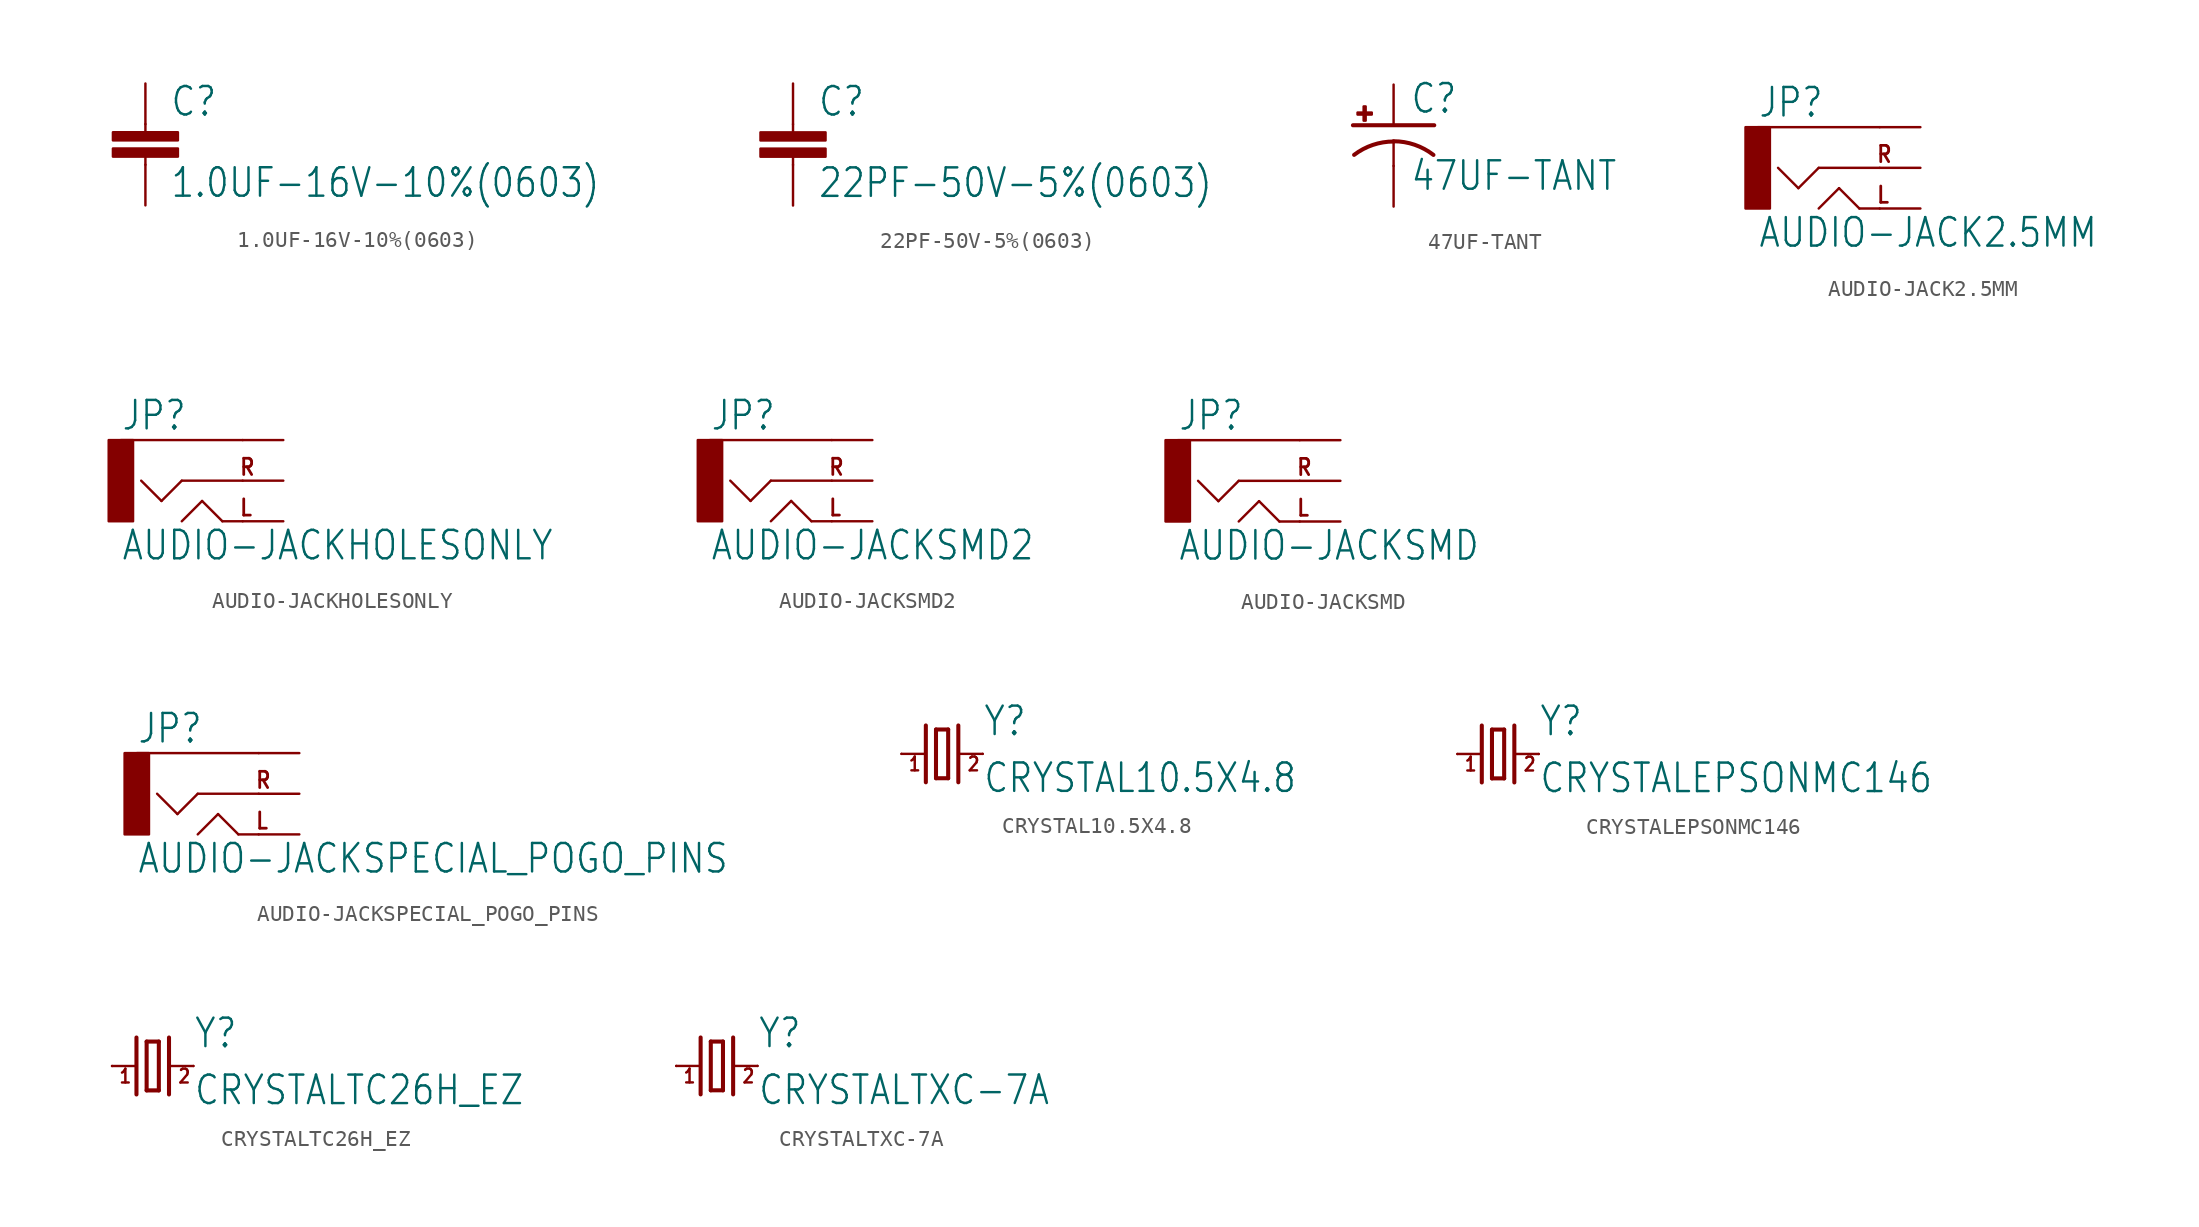
<source format=kicad_sym>
(kicad_symbol_lib
  (version 20211014)
  (generator kicad_symbol_editor)
  (symbol "1.0UF-16V-10%(0603)"
    (property "Reference" "C"
      (at 1.524 2.921 0)
      (effects (font (size 1.778 1.511)) (justify left bottom)))
    (property "Value" "1.0UF-16V-10%(0603)"
      (at 1.524 -2.159 0)
      (effects (font (size 1.778 1.511)) (justify left bottom)))
    (property "ki_locked" ""
      (at 0 0 0)
      (effects (font (size 1.27 1.27))))
    (symbol "1.0UF-16V-10%(0603)_1_0"
      (rectangle (start -2.032 0.508) (end 2.032 1.016) (stroke (width 0) (type default) (color 0 0 0 0)) (fill (type outline)))
      (rectangle (start -2.032 1.524) (end 2.032 2.032) (stroke (width 0) (type default) (color 0 0 0 0)) (fill (type outline)))
      (polyline (pts (xy 0 0) (xy 0 0.508)) (stroke (width 0.152) (type default) (color 0 0 0 0)) (fill (type none)))
      (polyline (pts (xy 0 2.54) (xy 0 2.032)) (stroke (width 0.152) (type default) (color 0 0 0 0)) (fill (type none)))
      (pin passive line (at 0 5.08 270) (length 2.54) (name "1" (effects (font (size 0 0)))) (number "1" (effects (font (size 0 0)))))
      (pin passive line (at 0 -2.54 90) (length 2.54) (name "2" (effects (font (size 0 0)))) (number "2" (effects (font (size 0 0)))))))
  (symbol "22PF-50V-5%(0603)"
    (property "Reference" "C"
      (at 1.524 2.921 0)
      (effects (font (size 1.778 1.511)) (justify left bottom)))
    (property "Value" "22PF-50V-5%(0603)"
      (at 1.524 -2.159 0)
      (effects (font (size 1.778 1.511)) (justify left bottom)))
    (property "ki_locked" ""
      (at 0 0 0)
      (effects (font (size 1.27 1.27))))
    (symbol "22PF-50V-5%(0603)_1_0"
      (rectangle (start -2.032 0.508) (end 2.032 1.016) (stroke (width 0) (type default) (color 0 0 0 0)) (fill (type outline)))
      (rectangle (start -2.032 1.524) (end 2.032 2.032) (stroke (width 0) (type default) (color 0 0 0 0)) (fill (type outline)))
      (polyline (pts (xy 0 0) (xy 0 0.508)) (stroke (width 0.152) (type default) (color 0 0 0 0)) (fill (type none)))
      (polyline (pts (xy 0 2.54) (xy 0 2.032)) (stroke (width 0.152) (type default) (color 0 0 0 0)) (fill (type none)))
      (pin passive line (at 0 5.08 270) (length 2.54) (name "1" (effects (font (size 0 0)))) (number "1" (effects (font (size 0 0)))))
      (pin passive line (at 0 -2.54 90) (length 2.54) (name "2" (effects (font (size 0 0)))) (number "2" (effects (font (size 0 0)))))))
  (symbol "47UF-TANT"
    (property "Reference" "C"
      (at 1.016 0.635 0)
      (effects (font (size 1.778 1.511)) (justify left bottom)))
    (property "Value" "47UF-TANT"
      (at 1.016 -4.191 0)
      (effects (font (size 1.778 1.511)) (justify left bottom)))
    (property "ki_locked" ""
      (at 0 0 0)
      (effects (font (size 1.27 1.27))))
    (symbol "47UF-TANT_1_0"
      (rectangle (start -2.253 0.668) (end -1.364 0.795) (stroke (width 0) (type default) (color 0 0 0 0)) (fill (type outline)))
      (rectangle (start -1.872 0.287) (end -1.745 1.176) (stroke (width 0) (type default) (color 0 0 0 0)) (fill (type outline)))
      (arc (start 0 -1.0161) (mid -1.3021 -1.2302) (end -2.4669 -1.8504) (stroke (width 0.254) (type default) (color 0 0 0 0)) (fill (type none)))
      (polyline (pts (xy -2.54 0) (xy 2.54 0)) (stroke (width 0.254) (type default) (color 0 0 0 0)) (fill (type none)))
      (polyline (pts (xy 0 -1.016) (xy 0 -2.54)) (stroke (width 0.152) (type default) (color 0 0 0 0)) (fill (type none)))
      (arc (start 2.4892 -1.8542) (mid 1.3158 -1.2195) (end 0 -1) (stroke (width 0.254) (type default) (color 0 0 0 0)) (fill (type none)))
      (pin passive line (at 0 2.54 270) (length 2.54) (name "+" (effects (font (size 0 0)))) (number "A" (effects (font (size 0 0)))))
      (pin passive line (at 0 -5.08 90) (length 2.54) (name "-" (effects (font (size 0 0)))) (number "C" (effects (font (size 0 0)))))))
  (symbol "AUDIO-JACK2.5MM"
    (property "Reference" "JP"
      (at -5.08 3.048 0)
      (effects (font (size 1.778 1.511)) (justify left bottom)))
    (property "Value" "AUDIO-JACK2.5MM"
      (at -5.08 -5.08 0)
      (effects (font (size 1.778 1.511)) (justify left bottom)))
    (property "ki_locked" ""
      (at 0 0 0)
      (effects (font (size 1.27 1.27))))
    (symbol "AUDIO-JACK2.5MM_1_0"
      (rectangle (start -5.842 2.54) (end -4.318 -2.54) (stroke (width 0) (type default) (color 0 0 0 0)) (fill (type outline)))
      (polyline (pts (xy -2.54 -1.27) (xy -3.81 0)) (stroke (width 0.152) (type default) (color 0 0 0 0)) (fill (type none)))
      (polyline (pts (xy -1.27 -2.54) (xy 0 -1.27)) (stroke (width 0.152) (type default) (color 0 0 0 0)) (fill (type none)))
      (polyline (pts (xy -1.27 0) (xy -2.54 -1.27)) (stroke (width 0.152) (type default) (color 0 0 0 0)) (fill (type none)))
      (polyline (pts (xy 0 -1.27) (xy 1.27 -2.54)) (stroke (width 0.152) (type default) (color 0 0 0 0)) (fill (type none)))
      (polyline (pts (xy 1.27 -2.54) (xy 2.54 -2.54)) (stroke (width 0.152) (type default) (color 0 0 0 0)) (fill (type none)))
      (polyline (pts (xy 2.54 0) (xy -1.27 0)) (stroke (width 0.152) (type default) (color 0 0 0 0)) (fill (type none)))
      (polyline (pts (xy 2.54 2.54) (xy -5.08 2.54)) (stroke (width 0.152) (type default) (color 0 0 0 0)) (fill (type none)))
      (text "L" (at 2.286 -2.286 0) (effects (font (size 1.016 0.864) (thickness 0.173) bold) (justify left bottom)))
      (text "R" (at 2.286 0.254 0) (effects (font (size 1.016 0.864) (thickness 0.173) bold) (justify left bottom)))
      (pin bidirectional line (at 5.08 2.54 180) (length 2.54) (name "SLEEVE" (effects (font (size 0 0)))) (number "RING1" (effects (font (size 0 0)))))
      (pin bidirectional line (at 5.08 -2.54 180) (length 2.54) (name "LEFT" (effects (font (size 0 0)))) (number "SHIELD" (effects (font (size 0 0)))))
      (pin bidirectional line (at 5.08 0 180) (length 2.54) (name "RIGHT" (effects (font (size 0 0)))) (number "TIP" (effects (font (size 0 0)))))))
  (symbol "AUDIO-JACKHOLESONLY"
    (property "Reference" "JP"
      (at -5.08 3.048 0)
      (effects (font (size 1.778 1.511)) (justify left bottom)))
    (property "Value" "AUDIO-JACKHOLESONLY"
      (at -5.08 -5.08 0)
      (effects (font (size 1.778 1.511)) (justify left bottom)))
    (property "ki_locked" ""
      (at 0 0 0)
      (effects (font (size 1.27 1.27))))
    (symbol "AUDIO-JACKHOLESONLY_1_0"
      (rectangle (start -5.842 2.54) (end -4.318 -2.54) (stroke (width 0) (type default) (color 0 0 0 0)) (fill (type outline)))
      (polyline (pts (xy -2.54 -1.27) (xy -3.81 0)) (stroke (width 0.152) (type default) (color 0 0 0 0)) (fill (type none)))
      (polyline (pts (xy -1.27 -2.54) (xy 0 -1.27)) (stroke (width 0.152) (type default) (color 0 0 0 0)) (fill (type none)))
      (polyline (pts (xy -1.27 0) (xy -2.54 -1.27)) (stroke (width 0.152) (type default) (color 0 0 0 0)) (fill (type none)))
      (polyline (pts (xy 0 -1.27) (xy 1.27 -2.54)) (stroke (width 0.152) (type default) (color 0 0 0 0)) (fill (type none)))
      (polyline (pts (xy 1.27 -2.54) (xy 2.54 -2.54)) (stroke (width 0.152) (type default) (color 0 0 0 0)) (fill (type none)))
      (polyline (pts (xy 2.54 0) (xy -1.27 0)) (stroke (width 0.152) (type default) (color 0 0 0 0)) (fill (type none)))
      (polyline (pts (xy 2.54 2.54) (xy -5.08 2.54)) (stroke (width 0.152) (type default) (color 0 0 0 0)) (fill (type none)))
      (text "L" (at 2.286 -2.286 0) (effects (font (size 1.016 0.864) (thickness 0.173) bold) (justify left bottom)))
      (text "R" (at 2.286 0.254 0) (effects (font (size 1.016 0.864) (thickness 0.173) bold) (justify left bottom)))
      (pin bidirectional line (at 5.08 2.54 180) (length 2.54) (name "SLEEVE" (effects (font (size 0 0)))) (number "RING1" (effects (font (size 0 0)))))
      (pin bidirectional line (at 5.08 -2.54 180) (length 2.54) (name "LEFT" (effects (font (size 0 0)))) (number "SHIELD" (effects (font (size 0 0)))))
      (pin bidirectional line (at 5.08 0 180) (length 2.54) (name "RIGHT" (effects (font (size 0 0)))) (number "TIP" (effects (font (size 0 0)))))))
  (symbol "AUDIO-JACKSMD2"
    (property "Reference" "JP"
      (at -5.08 3.048 0)
      (effects (font (size 1.778 1.511)) (justify left bottom)))
    (property "Value" "AUDIO-JACKSMD2"
      (at -5.08 -5.08 0)
      (effects (font (size 1.778 1.511)) (justify left bottom)))
    (property "ki_locked" ""
      (at 0 0 0)
      (effects (font (size 1.27 1.27))))
    (symbol "AUDIO-JACKSMD2_1_0"
      (rectangle (start -5.842 2.54) (end -4.318 -2.54) (stroke (width 0) (type default) (color 0 0 0 0)) (fill (type outline)))
      (polyline (pts (xy -2.54 -1.27) (xy -3.81 0)) (stroke (width 0.152) (type default) (color 0 0 0 0)) (fill (type none)))
      (polyline (pts (xy -1.27 -2.54) (xy 0 -1.27)) (stroke (width 0.152) (type default) (color 0 0 0 0)) (fill (type none)))
      (polyline (pts (xy -1.27 0) (xy -2.54 -1.27)) (stroke (width 0.152) (type default) (color 0 0 0 0)) (fill (type none)))
      (polyline (pts (xy 0 -1.27) (xy 1.27 -2.54)) (stroke (width 0.152) (type default) (color 0 0 0 0)) (fill (type none)))
      (polyline (pts (xy 1.27 -2.54) (xy 2.54 -2.54)) (stroke (width 0.152) (type default) (color 0 0 0 0)) (fill (type none)))
      (polyline (pts (xy 2.54 0) (xy -1.27 0)) (stroke (width 0.152) (type default) (color 0 0 0 0)) (fill (type none)))
      (polyline (pts (xy 2.54 2.54) (xy -5.08 2.54)) (stroke (width 0.152) (type default) (color 0 0 0 0)) (fill (type none)))
      (text "L" (at 2.286 -2.286 0) (effects (font (size 1.016 0.864) (thickness 0.173) bold) (justify left bottom)))
      (text "R" (at 2.286 0.254 0) (effects (font (size 1.016 0.864) (thickness 0.173) bold) (justify left bottom)))
      (pin bidirectional line (at 5.08 0 180) (length 2.54) (name "RIGHT" (effects (font (size 0 0)))) (number "RING" (effects (font (size 0 0)))))
      (pin bidirectional line (at 5.08 2.54 180) (length 2.54) (name "SLEEVE" (effects (font (size 0 0)))) (number "SLEEVE" (effects (font (size 0 0)))))
      (pin bidirectional line (at 5.08 -2.54 180) (length 2.54) (name "LEFT" (effects (font (size 0 0)))) (number "TIP" (effects (font (size 0 0)))))))
  (symbol "AUDIO-JACKSMD"
    (property "Reference" "JP"
      (at -5.08 3.048 0)
      (effects (font (size 1.778 1.511)) (justify left bottom)))
    (property "Value" "AUDIO-JACKSMD"
      (at -5.08 -5.08 0)
      (effects (font (size 1.778 1.511)) (justify left bottom)))
    (property "ki_locked" ""
      (at 0 0 0)
      (effects (font (size 1.27 1.27))))
    (symbol "AUDIO-JACKSMD_1_0"
      (rectangle (start -5.842 2.54) (end -4.318 -2.54) (stroke (width 0) (type default) (color 0 0 0 0)) (fill (type outline)))
      (polyline (pts (xy -2.54 -1.27) (xy -3.81 0)) (stroke (width 0.152) (type default) (color 0 0 0 0)) (fill (type none)))
      (polyline (pts (xy -1.27 -2.54) (xy 0 -1.27)) (stroke (width 0.152) (type default) (color 0 0 0 0)) (fill (type none)))
      (polyline (pts (xy -1.27 0) (xy -2.54 -1.27)) (stroke (width 0.152) (type default) (color 0 0 0 0)) (fill (type none)))
      (polyline (pts (xy 0 -1.27) (xy 1.27 -2.54)) (stroke (width 0.152) (type default) (color 0 0 0 0)) (fill (type none)))
      (polyline (pts (xy 1.27 -2.54) (xy 2.54 -2.54)) (stroke (width 0.152) (type default) (color 0 0 0 0)) (fill (type none)))
      (polyline (pts (xy 2.54 0) (xy -1.27 0)) (stroke (width 0.152) (type default) (color 0 0 0 0)) (fill (type none)))
      (polyline (pts (xy 2.54 2.54) (xy -5.08 2.54)) (stroke (width 0.152) (type default) (color 0 0 0 0)) (fill (type none)))
      (text "L" (at 2.286 -2.286 0) (effects (font (size 1.016 0.864) (thickness 0.173) bold) (justify left bottom)))
      (text "R" (at 2.286 0.254 0) (effects (font (size 1.016 0.864) (thickness 0.173) bold) (justify left bottom)))
      (pin bidirectional line (at 5.08 -2.54 180) (length 2.54) (name "LEFT" (effects (font (size 0 0)))) (number "1" (effects (font (size 0 0)))))
      (pin bidirectional line (at 5.08 0 180) (length 2.54) (name "RIGHT" (effects (font (size 0 0)))) (number "4" (effects (font (size 0 0)))))
      (pin bidirectional line (at 5.08 2.54 180) (length 2.54) (name "SLEEVE" (effects (font (size 0 0)))) (number "5" (effects (font (size 0 0)))))))
  (symbol "AUDIO-JACKSPECIAL_POGO_PINS"
    (property "Reference" "JP"
      (at -5.08 3.048 0)
      (effects (font (size 1.778 1.511)) (justify left bottom)))
    (property "Value" "AUDIO-JACKSPECIAL_POGO_PINS"
      (at -5.08 -5.08 0)
      (effects (font (size 1.778 1.511)) (justify left bottom)))
    (property "ki_locked" ""
      (at 0 0 0)
      (effects (font (size 1.27 1.27))))
    (symbol "AUDIO-JACKSPECIAL_POGO_PINS_1_0"
      (rectangle (start -5.842 2.54) (end -4.318 -2.54) (stroke (width 0) (type default) (color 0 0 0 0)) (fill (type outline)))
      (polyline (pts (xy -2.54 -1.27) (xy -3.81 0)) (stroke (width 0.152) (type default) (color 0 0 0 0)) (fill (type none)))
      (polyline (pts (xy -1.27 -2.54) (xy 0 -1.27)) (stroke (width 0.152) (type default) (color 0 0 0 0)) (fill (type none)))
      (polyline (pts (xy -1.27 0) (xy -2.54 -1.27)) (stroke (width 0.152) (type default) (color 0 0 0 0)) (fill (type none)))
      (polyline (pts (xy 0 -1.27) (xy 1.27 -2.54)) (stroke (width 0.152) (type default) (color 0 0 0 0)) (fill (type none)))
      (polyline (pts (xy 1.27 -2.54) (xy 2.54 -2.54)) (stroke (width 0.152) (type default) (color 0 0 0 0)) (fill (type none)))
      (polyline (pts (xy 2.54 0) (xy -1.27 0)) (stroke (width 0.152) (type default) (color 0 0 0 0)) (fill (type none)))
      (polyline (pts (xy 2.54 2.54) (xy -5.08 2.54)) (stroke (width 0.152) (type default) (color 0 0 0 0)) (fill (type none)))
      (text "L" (at 2.286 -2.286 0) (effects (font (size 1.016 0.864) (thickness 0.173) bold) (justify left bottom)))
      (text "R" (at 2.286 0.254 0) (effects (font (size 1.016 0.864) (thickness 0.173) bold) (justify left bottom)))
      (pin bidirectional line (at 5.08 2.54 180) (length 2.54) (name "SLEEVE" (effects (font (size 0 0)))) (number "RING1" (effects (font (size 0 0)))))
      (pin bidirectional line (at 5.08 -2.54 180) (length 2.54) (name "LEFT" (effects (font (size 0 0)))) (number "SHIELD" (effects (font (size 0 0)))))
      (pin bidirectional line (at 5.08 0 180) (length 2.54) (name "RIGHT" (effects (font (size 0 0)))) (number "TIP" (effects (font (size 0 0)))))))
  (symbol "CRYSTAL10.5X4.8"
    (property "Reference" "Y"
      (at 2.54 1.016 0)
      (effects (font (size 1.778 1.511)) (justify left bottom)))
    (property "Value" "CRYSTAL10.5X4.8"
      (at 2.54 -2.54 0)
      (effects (font (size 1.778 1.511)) (justify left bottom)))
    (property "ki_locked" ""
      (at 0 0 0)
      (effects (font (size 1.27 1.27))))
    (symbol "CRYSTAL10.5X4.8_1_0"
      (polyline (pts (xy -2.54 0) (xy -1.016 0)) (stroke (width 0.152) (type default) (color 0 0 0 0)) (fill (type none)))
      (polyline (pts (xy -1.016 1.778) (xy -1.016 -1.778)) (stroke (width 0.254) (type default) (color 0 0 0 0)) (fill (type none)))
      (polyline (pts (xy -0.381 -1.524) (xy 0.381 -1.524)) (stroke (width 0.254) (type default) (color 0 0 0 0)) (fill (type none)))
      (polyline (pts (xy -0.381 1.524) (xy -0.381 -1.524)) (stroke (width 0.254) (type default) (color 0 0 0 0)) (fill (type none)))
      (polyline (pts (xy 0.381 -1.524) (xy 0.381 1.524)) (stroke (width 0.254) (type default) (color 0 0 0 0)) (fill (type none)))
      (polyline (pts (xy 0.381 1.524) (xy -0.381 1.524)) (stroke (width 0.254) (type default) (color 0 0 0 0)) (fill (type none)))
      (polyline (pts (xy 1.016 0) (xy 2.54 0)) (stroke (width 0.152) (type default) (color 0 0 0 0)) (fill (type none)))
      (polyline (pts (xy 1.016 1.778) (xy 1.016 -1.778)) (stroke (width 0.254) (type default) (color 0 0 0 0)) (fill (type none)))
      (text "1" (at -2.159 -1.143 0) (effects (font (size 0.864 0.734)) (justify left bottom)))
      (text "2" (at 1.524 -1.143 0) (effects (font (size 0.864 0.734)) (justify left bottom)))
      (pin passive line (at -2.54 0 0) (length 0) (name "1" (effects (font (size 0 0)))) (number "P$1" (effects (font (size 0 0)))))
      (pin passive line (at 2.54 0 180) (length 0) (name "2" (effects (font (size 0 0)))) (number "P$2" (effects (font (size 0 0)))))))
  (symbol "CRYSTALEPSONMC146"
    (property "Reference" "Y"
      (at 2.54 1.016 0)
      (effects (font (size 1.778 1.511)) (justify left bottom)))
    (property "Value" "CRYSTALEPSONMC146"
      (at 2.54 -2.54 0)
      (effects (font (size 1.778 1.511)) (justify left bottom)))
    (property "ki_locked" ""
      (at 0 0 0)
      (effects (font (size 1.27 1.27))))
    (symbol "CRYSTALEPSONMC146_1_0"
      (polyline (pts (xy -2.54 0) (xy -1.016 0)) (stroke (width 0.152) (type default) (color 0 0 0 0)) (fill (type none)))
      (polyline (pts (xy -1.016 1.778) (xy -1.016 -1.778)) (stroke (width 0.254) (type default) (color 0 0 0 0)) (fill (type none)))
      (polyline (pts (xy -0.381 -1.524) (xy 0.381 -1.524)) (stroke (width 0.254) (type default) (color 0 0 0 0)) (fill (type none)))
      (polyline (pts (xy -0.381 1.524) (xy -0.381 -1.524)) (stroke (width 0.254) (type default) (color 0 0 0 0)) (fill (type none)))
      (polyline (pts (xy 0.381 -1.524) (xy 0.381 1.524)) (stroke (width 0.254) (type default) (color 0 0 0 0)) (fill (type none)))
      (polyline (pts (xy 0.381 1.524) (xy -0.381 1.524)) (stroke (width 0.254) (type default) (color 0 0 0 0)) (fill (type none)))
      (polyline (pts (xy 1.016 0) (xy 2.54 0)) (stroke (width 0.152) (type default) (color 0 0 0 0)) (fill (type none)))
      (polyline (pts (xy 1.016 1.778) (xy 1.016 -1.778)) (stroke (width 0.254) (type default) (color 0 0 0 0)) (fill (type none)))
      (text "1" (at -2.159 -1.143 0) (effects (font (size 0.864 0.734)) (justify left bottom)))
      (text "2" (at 1.524 -1.143 0) (effects (font (size 0.864 0.734)) (justify left bottom)))
      (pin passive line (at 2.54 0 180) (length 0) (name "2" (effects (font (size 0 0)))) (number "P$1" (effects (font (size 0 0)))))
      (pin passive line (at -2.54 0 0) (length 0) (name "1" (effects (font (size 0 0)))) (number "P$2" (effects (font (size 0 0)))))))
  (symbol "CRYSTALTC26H_EZ"
    (property "Reference" "Y"
      (at 2.54 1.016 0)
      (effects (font (size 1.778 1.511)) (justify left bottom)))
    (property "Value" "CRYSTALTC26H_EZ"
      (at 2.54 -2.54 0)
      (effects (font (size 1.778 1.511)) (justify left bottom)))
    (property "ki_locked" ""
      (at 0 0 0)
      (effects (font (size 1.27 1.27))))
    (symbol "CRYSTALTC26H_EZ_1_0"
      (polyline (pts (xy -2.54 0) (xy -1.016 0)) (stroke (width 0.152) (type default) (color 0 0 0 0)) (fill (type none)))
      (polyline (pts (xy -1.016 1.778) (xy -1.016 -1.778)) (stroke (width 0.254) (type default) (color 0 0 0 0)) (fill (type none)))
      (polyline (pts (xy -0.381 -1.524) (xy 0.381 -1.524)) (stroke (width 0.254) (type default) (color 0 0 0 0)) (fill (type none)))
      (polyline (pts (xy -0.381 1.524) (xy -0.381 -1.524)) (stroke (width 0.254) (type default) (color 0 0 0 0)) (fill (type none)))
      (polyline (pts (xy 0.381 -1.524) (xy 0.381 1.524)) (stroke (width 0.254) (type default) (color 0 0 0 0)) (fill (type none)))
      (polyline (pts (xy 0.381 1.524) (xy -0.381 1.524)) (stroke (width 0.254) (type default) (color 0 0 0 0)) (fill (type none)))
      (polyline (pts (xy 1.016 0) (xy 2.54 0)) (stroke (width 0.152) (type default) (color 0 0 0 0)) (fill (type none)))
      (polyline (pts (xy 1.016 1.778) (xy 1.016 -1.778)) (stroke (width 0.254) (type default) (color 0 0 0 0)) (fill (type none)))
      (text "1" (at -2.159 -1.143 0) (effects (font (size 0.864 0.734)) (justify left bottom)))
      (text "2" (at 1.524 -1.143 0) (effects (font (size 0.864 0.734)) (justify left bottom)))
      (pin passive line (at -2.54 0 0) (length 0) (name "1" (effects (font (size 0 0)))) (number "1" (effects (font (size 0 0)))))
      (pin passive line (at 2.54 0 180) (length 0) (name "2" (effects (font (size 0 0)))) (number "2" (effects (font (size 0 0)))))))
  (symbol "CRYSTALTXC-7A"
    (property "Reference" "Y"
      (at 2.54 1.016 0)
      (effects (font (size 1.778 1.511)) (justify left bottom)))
    (property "Value" "CRYSTALTXC-7A"
      (at 2.54 -2.54 0)
      (effects (font (size 1.778 1.511)) (justify left bottom)))
    (property "ki_locked" ""
      (at 0 0 0)
      (effects (font (size 1.27 1.27))))
    (symbol "CRYSTALTXC-7A_1_0"
      (polyline (pts (xy -2.54 0) (xy -1.016 0)) (stroke (width 0.152) (type default) (color 0 0 0 0)) (fill (type none)))
      (polyline (pts (xy -1.016 1.778) (xy -1.016 -1.778)) (stroke (width 0.254) (type default) (color 0 0 0 0)) (fill (type none)))
      (polyline (pts (xy -0.381 -1.524) (xy 0.381 -1.524)) (stroke (width 0.254) (type default) (color 0 0 0 0)) (fill (type none)))
      (polyline (pts (xy -0.381 1.524) (xy -0.381 -1.524)) (stroke (width 0.254) (type default) (color 0 0 0 0)) (fill (type none)))
      (polyline (pts (xy 0.381 -1.524) (xy 0.381 1.524)) (stroke (width 0.254) (type default) (color 0 0 0 0)) (fill (type none)))
      (polyline (pts (xy 0.381 1.524) (xy -0.381 1.524)) (stroke (width 0.254) (type default) (color 0 0 0 0)) (fill (type none)))
      (polyline (pts (xy 1.016 0) (xy 2.54 0)) (stroke (width 0.152) (type default) (color 0 0 0 0)) (fill (type none)))
      (polyline (pts (xy 1.016 1.778) (xy 1.016 -1.778)) (stroke (width 0.254) (type default) (color 0 0 0 0)) (fill (type none)))
      (text "1" (at -2.159 -1.143 0) (effects (font (size 0.864 0.734)) (justify left bottom)))
      (text "2" (at 1.524 -1.143 0) (effects (font (size 0.864 0.734)) (justify left bottom)))
      (pin passive line (at -2.54 0 0) (length 0) (name "1" (effects (font (size 0 0)))) (number "P$1" (effects (font (size 0 0)))))
      (pin passive line (at 2.54 0 180) (length 0) (name "2" (effects (font (size 0 0)))) (number "P$2" (effects (font (size 0 0))))))))
</source>
